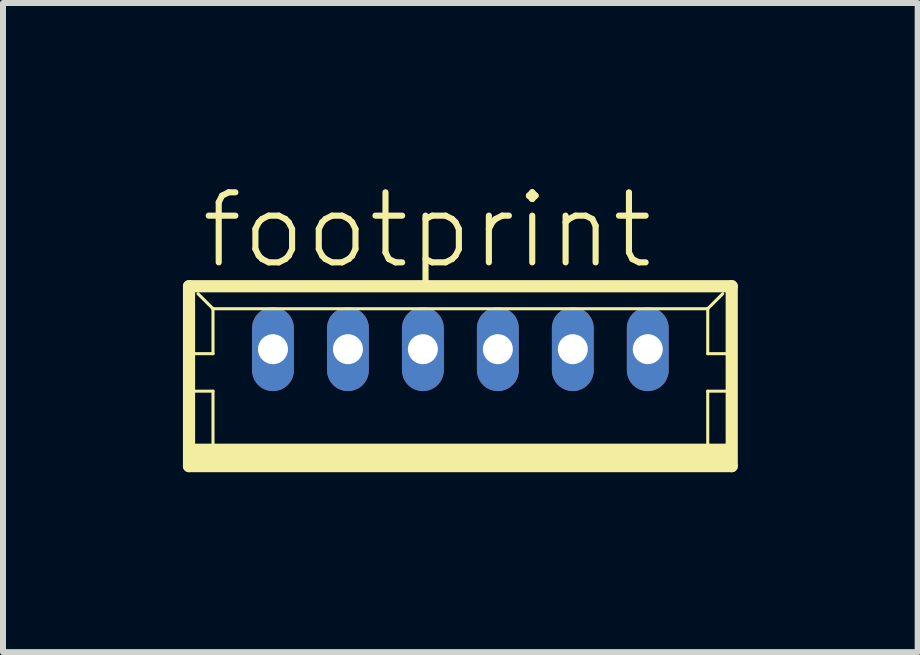
<source format=kicad_pcb>
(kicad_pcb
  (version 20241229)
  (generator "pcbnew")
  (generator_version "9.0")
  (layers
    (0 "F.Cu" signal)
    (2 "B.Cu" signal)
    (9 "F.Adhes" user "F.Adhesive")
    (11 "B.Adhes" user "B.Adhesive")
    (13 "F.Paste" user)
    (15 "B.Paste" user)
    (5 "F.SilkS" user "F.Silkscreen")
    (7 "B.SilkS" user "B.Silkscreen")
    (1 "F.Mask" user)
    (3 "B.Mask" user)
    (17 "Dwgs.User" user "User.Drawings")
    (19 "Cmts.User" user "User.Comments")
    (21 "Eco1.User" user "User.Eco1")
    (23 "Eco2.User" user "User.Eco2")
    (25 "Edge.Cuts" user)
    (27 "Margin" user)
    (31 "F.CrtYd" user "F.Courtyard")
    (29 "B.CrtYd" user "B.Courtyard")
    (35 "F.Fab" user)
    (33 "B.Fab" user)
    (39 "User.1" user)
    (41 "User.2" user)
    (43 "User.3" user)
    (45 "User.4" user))
  (footprint "footprint"
    (layer "F.Cu")
    (at 4.627 3.223)
    (property "Reference" "footprint" (at -4.375 -1.75 0) (layer "F.SilkS") (effects (font (size 1.168 1.168) (thickness 0.102)) (justify left bottom)))
    (fp_line (start -4.525 -1.5) (end -4.525 1.5) (stroke (width 0.203) (type solid)) (layer "F.SilkS"))
    (fp_line (start -4.525 1.5) (end 4.525 1.5) (stroke (width 0.203) (type solid)) (layer "F.SilkS"))
    (fp_line (start -4.5 -0.375) (end -4.125 -0.375) (stroke (width 0.051) (type solid)) (layer "F.SilkS"))
    (fp_line (start -4.5 0.25) (end -4.125 0.25) (stroke (width 0.051) (type solid)) (layer "F.SilkS"))
    (fp_line (start -4.125 -1.125) (end -4.375 -1.375) (stroke (width 0.051) (type solid)) (layer "F.SilkS"))
    (fp_line (start -4.125 -1.125) (end 4.125 -1.125) (stroke (width 0.051) (type solid)) (layer "F.SilkS"))
    (fp_line (start -4.125 -0.375) (end -4.125 -1.125) (stroke (width 0.051) (type solid)) (layer "F.SilkS"))
    (fp_line (start -4.125 0.25) (end -4.125 1.25) (stroke (width 0.051) (type solid)) (layer "F.SilkS"))
    (fp_line (start 4.125 -1.125) (end 4.125 -0.375) (stroke (width 0.051) (type solid)) (layer "F.SilkS"))
    (fp_line (start 4.125 -1.125) (end 4.375 -1.375) (stroke (width 0.051) (type solid)) (layer "F.SilkS"))
    (fp_line (start 4.125 -0.375) (end 4.5 -0.375) (stroke (width 0.051) (type solid)) (layer "F.SilkS"))
    (fp_line (start 4.125 0.25) (end 4.125 1.25) (stroke (width 0.051) (type solid)) (layer "F.SilkS"))
    (fp_line (start 4.125 0.25) (end 4.5 0.25) (stroke (width 0.051) (type solid)) (layer "F.SilkS"))
    (fp_line (start 4.525 -1.5) (end -4.525 -1.5) (stroke (width 0.203) (type solid)) (layer "F.SilkS"))
    (fp_line (start 4.525 1.5) (end 4.525 -1.5) (stroke (width 0.203) (type solid)) (layer "F.SilkS"))
    (fp_poly (pts (xy -4.5 1.5) (xy 4.5 1.5) (xy 4.5 1.125) (xy -4.5 1.125)) (stroke (width 0) (type solid)) (fill yes) (layer "F.SilkS"))
    (pad "1" thru_hole oval (at 3.125 -0.45 90) (size 1.397 0.698) (drill 0.5) (layers "*.Cu" "*.Mask"))
    (pad "2" thru_hole oval (at 1.875 -0.45 90) (size 1.397 0.698) (drill 0.5) (layers "*.Cu" "*.Mask"))
    (pad "3" thru_hole oval (at 0.625 -0.45 90) (size 1.397 0.698) (drill 0.5) (layers "*.Cu" "*.Mask"))
    (pad "4" thru_hole oval (at -0.625 -0.45 90) (size 1.397 0.698) (drill 0.5) (layers "*.Cu" "*.Mask"))
    (pad "5" thru_hole oval (at -1.875 -0.45 90) (size 1.397 0.698) (drill 0.5) (layers "*.Cu" "*.Mask"))
    (pad "6" thru_hole oval (at -3.125 -0.45 90) (size 1.397 0.698) (drill 0.5) (layers "*.Cu" "*.Mask")))
  (gr_rect
    (start -3 -3)
    (end 12.253 7.825)
    (stroke (width 0.1) (type default))
    (fill no)
    (layer "Edge.Cuts")))
</source>
